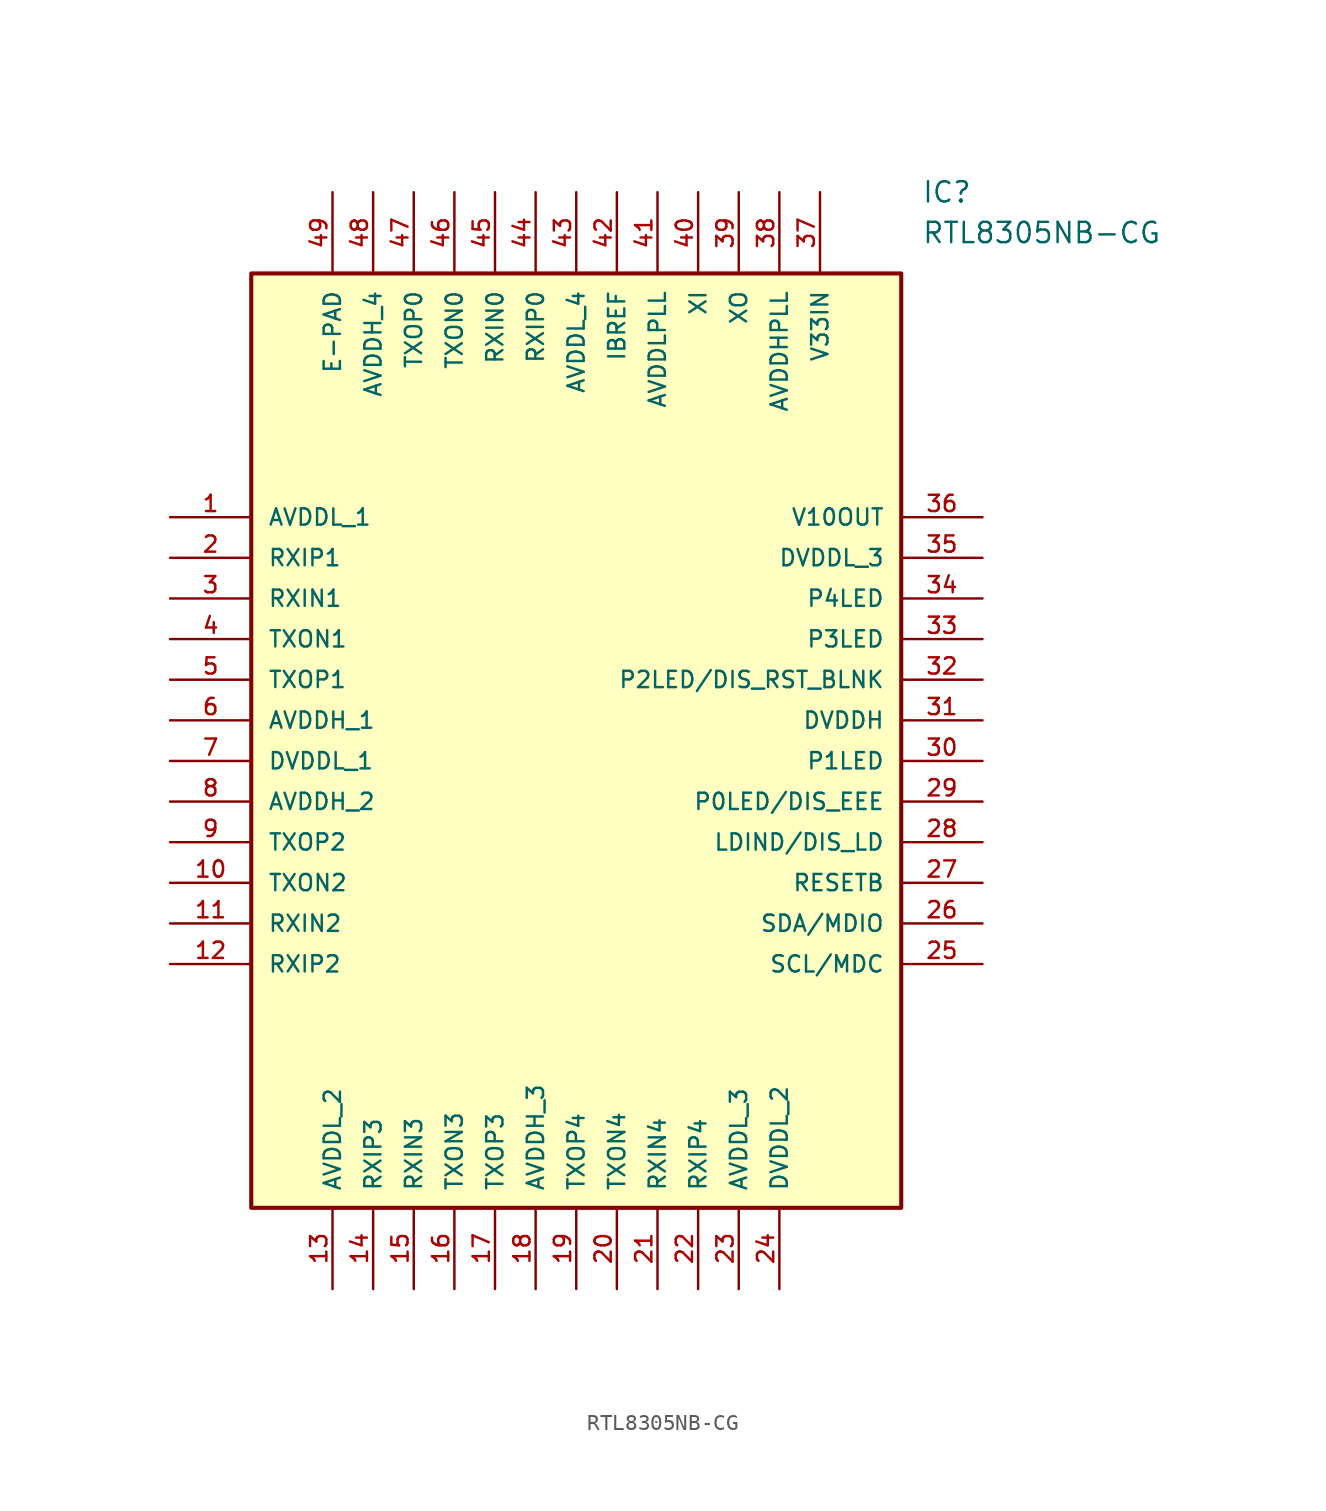
<source format=kicad_sym>
(kicad_symbol_lib
  (version 20211014)
  (generator kicad_symbol_editor)
  (symbol "RTL8305NB-CG"
    (pin_names
      (offset 1.016))
    (property "Reference" "IC"
      (at 46.99 20.32 0)
      (effects (font (size 1.27 1.27)) (justify left)))
    (property "Value" "RTL8305NB-CG"
      (at 46.99 17.78 0)
      (effects (font (size 1.27 1.27)) (justify left)))
    (symbol "RTL8305NB-CG_0_0"
      (rectangle (start 5.08 -43.18) (end 45.72 15.24) (stroke (width 0.254)) (fill (type background)))
      (pin power_in line (at 0.0 0.0 0) (length 5.08) (name "AVDDL_1" (effects (font (size 1.016 1.016)))) (number "1" (effects (font (size 1.016 1.016)))))
      (pin input line (at 0.0 -2.54 0) (length 5.08) (name "RXIP1" (effects (font (size 1.016 1.016)))) (number "2" (effects (font (size 1.016 1.016)))))
      (pin input line (at 0.0 -5.08 0) (length 5.08) (name "RXIN1" (effects (font (size 1.016 1.016)))) (number "3" (effects (font (size 1.016 1.016)))))
      (pin output line (at 0.0 -7.62 0) (length 5.08) (name "TXON1" (effects (font (size 1.016 1.016)))) (number "4" (effects (font (size 1.016 1.016)))))
      (pin output line (at 0.0 -10.16 0) (length 5.08) (name "TXOP1" (effects (font (size 1.016 1.016)))) (number "5" (effects (font (size 1.016 1.016)))))
      (pin power_in line (at 0.0 -12.7 0) (length 5.08) (name "AVDDH_1" (effects (font (size 1.016 1.016)))) (number "6" (effects (font (size 1.016 1.016)))))
      (pin power_in line (at 0.0 -15.24 0) (length 5.08) (name "DVDDL_1" (effects (font (size 1.016 1.016)))) (number "7" (effects (font (size 1.016 1.016)))))
      (pin power_in line (at 0.0 -17.78 0) (length 5.08) (name "AVDDH_2" (effects (font (size 1.016 1.016)))) (number "8" (effects (font (size 1.016 1.016)))))
      (pin output line (at 0.0 -20.32 0) (length 5.08) (name "TXOP2" (effects (font (size 1.016 1.016)))) (number "9" (effects (font (size 1.016 1.016)))))
      (pin output line (at 0.0 -22.86 0) (length 5.08) (name "TXON2" (effects (font (size 1.016 1.016)))) (number "10" (effects (font (size 1.016 1.016)))))
      (pin input line (at 0.0 -25.4 0) (length 5.08) (name "RXIN2" (effects (font (size 1.016 1.016)))) (number "11" (effects (font (size 1.016 1.016)))))
      (pin input line (at 0.0 -27.94 0) (length 5.08) (name "RXIP2" (effects (font (size 1.016 1.016)))) (number "12" (effects (font (size 1.016 1.016)))))
      (pin power_in line (at 10.16 -48.26 90.0) (length 5.08) (name "AVDDL_2" (effects (font (size 1.016 1.016)))) (number "13" (effects (font (size 1.016 1.016)))))
      (pin input line (at 12.7 -48.26 90.0) (length 5.08) (name "RXIP3" (effects (font (size 1.016 1.016)))) (number "14" (effects (font (size 1.016 1.016)))))
      (pin input line (at 15.24 -48.26 90.0) (length 5.08) (name "RXIN3" (effects (font (size 1.016 1.016)))) (number "15" (effects (font (size 1.016 1.016)))))
      (pin output line (at 17.78 -48.26 90.0) (length 5.08) (name "TXON3" (effects (font (size 1.016 1.016)))) (number "16" (effects (font (size 1.016 1.016)))))
      (pin output line (at 20.32 -48.26 90.0) (length 5.08) (name "TXOP3" (effects (font (size 1.016 1.016)))) (number "17" (effects (font (size 1.016 1.016)))))
      (pin power_in line (at 22.86 -48.26 90.0) (length 5.08) (name "AVDDH_3" (effects (font (size 1.016 1.016)))) (number "18" (effects (font (size 1.016 1.016)))))
      (pin output line (at 25.4 -48.26 90.0) (length 5.08) (name "TXOP4" (effects (font (size 1.016 1.016)))) (number "19" (effects (font (size 1.016 1.016)))))
      (pin output line (at 27.94 -48.26 90.0) (length 5.08) (name "TXON4" (effects (font (size 1.016 1.016)))) (number "20" (effects (font (size 1.016 1.016)))))
      (pin input line (at 30.48 -48.26 90.0) (length 5.08) (name "RXIN4" (effects (font (size 1.016 1.016)))) (number "21" (effects (font (size 1.016 1.016)))))
      (pin input line (at 33.02 -48.26 90.0) (length 5.08) (name "RXIP4" (effects (font (size 1.016 1.016)))) (number "22" (effects (font (size 1.016 1.016)))))
      (pin power_in line (at 35.56 -48.26 90.0) (length 5.08) (name "AVDDL_3" (effects (font (size 1.016 1.016)))) (number "23" (effects (font (size 1.016 1.016)))))
      (pin power_in line (at 38.1 -48.26 90.0) (length 5.08) (name "DVDDL_2" (effects (font (size 1.016 1.016)))) (number "24" (effects (font (size 1.016 1.016)))))
      (pin power_in line (at 50.8 0.0 180.0) (length 5.08) (name "V10OUT" (effects (font (size 1.016 1.016)))) (number "36" (effects (font (size 1.016 1.016)))))
      (pin power_in line (at 50.8 -2.54 180.0) (length 5.08) (name "DVDDL_3" (effects (font (size 1.016 1.016)))) (number "35" (effects (font (size 1.016 1.016)))))
      (pin bidirectional line (at 50.8 -5.08 180.0) (length 5.08) (name "P4LED" (effects (font (size 1.016 1.016)))) (number "34" (effects (font (size 1.016 1.016)))))
      (pin bidirectional line (at 50.8 -7.62 180.0) (length 5.08) (name "P3LED" (effects (font (size 1.016 1.016)))) (number "33" (effects (font (size 1.016 1.016)))))
      (pin bidirectional line (at 50.8 -10.16 180.0) (length 5.08) (name "P2LED/DIS_RST_BLNK" (effects (font (size 1.016 1.016)))) (number "32" (effects (font (size 1.016 1.016)))))
      (pin power_in line (at 50.8 -12.7 180.0) (length 5.08) (name "DVDDH" (effects (font (size 1.016 1.016)))) (number "31" (effects (font (size 1.016 1.016)))))
      (pin bidirectional line (at 50.8 -15.24 180.0) (length 5.08) (name "P1LED" (effects (font (size 1.016 1.016)))) (number "30" (effects (font (size 1.016 1.016)))))
      (pin bidirectional line (at 50.8 -17.78 180.0) (length 5.08) (name "P0LED/DIS_EEE" (effects (font (size 1.016 1.016)))) (number "29" (effects (font (size 1.016 1.016)))))
      (pin bidirectional line (at 50.8 -20.32 180.0) (length 5.08) (name "LDIND/DIS_LD" (effects (font (size 1.016 1.016)))) (number "28" (effects (font (size 1.016 1.016)))))
      (pin input line (at 50.8 -22.86 180.0) (length 5.08) (name "RESETB" (effects (font (size 1.016 1.016)))) (number "27" (effects (font (size 1.016 1.016)))))
      (pin bidirectional line (at 50.8 -25.4 180.0) (length 5.08) (name "SDA/MDIO" (effects (font (size 1.016 1.016)))) (number "26" (effects (font (size 1.016 1.016)))))
      (pin bidirectional line (at 50.8 -27.94 180.0) (length 5.08) (name "SCL/MDC" (effects (font (size 1.016 1.016)))) (number "25" (effects (font (size 1.016 1.016)))))
      (pin power_in line (at 10.16 20.32 270.0) (length 5.08) (name "E-PAD" (effects (font (size 1.016 1.016)))) (number "49" (effects (font (size 1.016 1.016)))))
      (pin power_in line (at 12.7 20.32 270.0) (length 5.08) (name "AVDDH_4" (effects (font (size 1.016 1.016)))) (number "48" (effects (font (size 1.016 1.016)))))
      (pin output line (at 15.24 20.32 270.0) (length 5.08) (name "TXOP0" (effects (font (size 1.016 1.016)))) (number "47" (effects (font (size 1.016 1.016)))))
      (pin output line (at 17.78 20.32 270.0) (length 5.08) (name "TXON0" (effects (font (size 1.016 1.016)))) (number "46" (effects (font (size 1.016 1.016)))))
      (pin input line (at 20.32 20.32 270.0) (length 5.08) (name "RXIN0" (effects (font (size 1.016 1.016)))) (number "45" (effects (font (size 1.016 1.016)))))
      (pin input line (at 22.86 20.32 270.0) (length 5.08) (name "RXIP0" (effects (font (size 1.016 1.016)))) (number "44" (effects (font (size 1.016 1.016)))))
      (pin power_in line (at 25.4 20.32 270.0) (length 5.08) (name "AVDDL_4" (effects (font (size 1.016 1.016)))) (number "43" (effects (font (size 1.016 1.016)))))
      (pin output line (at 27.94 20.32 270.0) (length 5.08) (name "IBREF" (effects (font (size 1.016 1.016)))) (number "42" (effects (font (size 1.016 1.016)))))
      (pin power_in line (at 30.48 20.32 270.0) (length 5.08) (name "AVDDLPLL" (effects (font (size 1.016 1.016)))) (number "41" (effects (font (size 1.016 1.016)))))
      (pin input line (at 33.02 20.32 270.0) (length 5.08) (name "XI" (effects (font (size 1.016 1.016)))) (number "40" (effects (font (size 1.016 1.016)))))
      (pin output line (at 35.56 20.32 270.0) (length 5.08) (name "XO" (effects (font (size 1.016 1.016)))) (number "39" (effects (font (size 1.016 1.016)))))
      (pin power_in line (at 38.1 20.32 270.0) (length 5.08) (name "AVDDHPLL" (effects (font (size 1.016 1.016)))) (number "38" (effects (font (size 1.016 1.016)))))
      (pin power_in line (at 40.64 20.32 270.0) (length 5.08) (name "V33IN" (effects (font (size 1.016 1.016)))) (number "37" (effects (font (size 1.016 1.016))))))))
</source>
